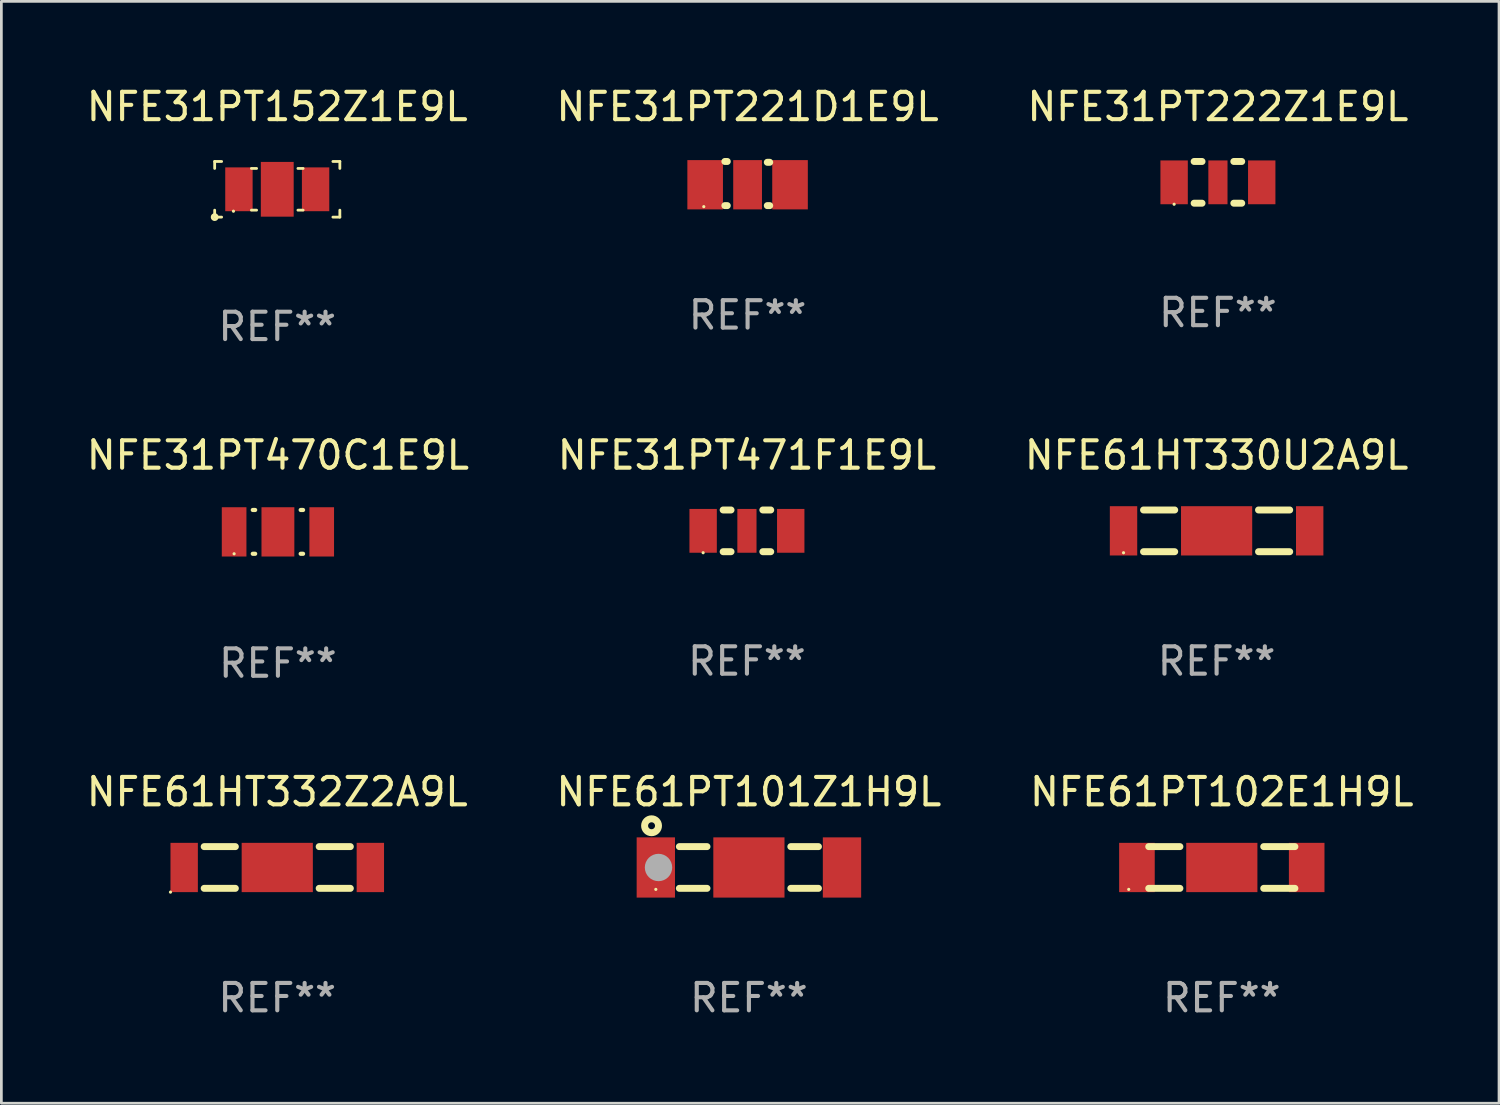
<source format=kicad_pcb>
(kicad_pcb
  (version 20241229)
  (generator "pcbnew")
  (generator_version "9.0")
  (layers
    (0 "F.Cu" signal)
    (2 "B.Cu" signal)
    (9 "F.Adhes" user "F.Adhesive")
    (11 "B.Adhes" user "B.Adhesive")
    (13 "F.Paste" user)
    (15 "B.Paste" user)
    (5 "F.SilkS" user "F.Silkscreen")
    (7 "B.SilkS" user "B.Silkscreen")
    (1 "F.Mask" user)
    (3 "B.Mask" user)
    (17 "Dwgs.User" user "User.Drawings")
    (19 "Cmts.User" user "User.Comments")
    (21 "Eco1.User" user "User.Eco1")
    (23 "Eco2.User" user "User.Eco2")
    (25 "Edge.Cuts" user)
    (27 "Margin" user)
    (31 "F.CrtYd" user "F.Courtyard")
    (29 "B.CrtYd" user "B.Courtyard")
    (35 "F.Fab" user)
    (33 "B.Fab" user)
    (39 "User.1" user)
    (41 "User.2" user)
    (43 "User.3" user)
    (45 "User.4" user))
  (footprint "NFE61HT332Z2A9L"
    (layer "F.Cu")
    (at 7.077 28.635)
    (property "Reference" "NFE61HT332Z2A9L" (at 0 -2.762 0) (layer "F.SilkS") (effects (font (size 1 1) (thickness 0.15))))
    (attr through_hole)
    (fp_line (start -2.669 -0.762) (end -1.531 -0.762) (stroke (width 0.254) (type solid)) (layer "F.SilkS"))
    (fp_line (start -1.531 0.762) (end -2.669 0.762) (stroke (width 0.254) (type solid)) (layer "F.SilkS"))
    (fp_line (start 1.531 -0.762) (end 2.669 -0.762) (stroke (width 0.254) (type solid)) (layer "F.SilkS"))
    (fp_line (start 1.531 0.762) (end 2.669 0.762) (stroke (width 0.254) (type solid)) (layer "F.SilkS"))
    (fp_circle (center -3.9 0.9) (end -3.87 0.9) (stroke (width 0.06) (type solid)) (fill no) (layer "F.SilkS"))
    (fp_text user "REF**" (at 0 4.762 0) (layer "F.Fab") (effects (font (size 1 1) (thickness 0.15))))
    (pad "1" smd rect (at -3.4 0) (size 1 1.8) (layers "F.Cu" "F.Mask" "F.Paste"))
    (pad "2" smd rect (at 0 0 90) (size 1.8 2.6) (layers "F.Cu" "F.Mask" "F.Paste"))
    (pad "3" smd rect (at 3.4 0) (size 1 1.8) (layers "F.Cu" "F.Mask" "F.Paste")))
  (footprint "NFE31PT222Z1E9L"
    (layer "F.Cu")
    (at 41.435 3.61)
    (property "Reference" "NFE31PT222Z1E9L" (at 0 -2.762 0) (layer "F.SilkS") (effects (font (size 1 1) (thickness 0.15))))
    (attr through_hole)
    (fp_line (start -0.869 -0.762) (end -0.581 -0.762) (stroke (width 0.254) (type solid)) (layer "F.SilkS"))
    (fp_line (start -0.869 0.762) (end -0.581 0.762) (stroke (width 0.254) (type solid)) (layer "F.SilkS"))
    (fp_line (start 0.581 -0.762) (end 0.869 -0.762) (stroke (width 0.254) (type solid)) (layer "F.SilkS"))
    (fp_line (start 0.581 0.762) (end 0.869 0.762) (stroke (width 0.254) (type solid)) (layer "F.SilkS"))
    (fp_circle (center -1.6 0.8) (end -1.57 0.8) (stroke (width 0.06) (type solid)) (fill no) (layer "F.SilkS"))
    (fp_text user "REF**" (at 0 4.762 0) (layer "F.Fab") (effects (font (size 1 1) (thickness 0.15))))
    (pad "1" smd rect (at -1.6 0) (size 1 1.6) (layers "F.Cu" "F.Mask" "F.Paste"))
    (pad "2" smd rect (at -0.000127 0) (size 0.7 1.6) (layers "F.Cu" "F.Mask" "F.Paste"))
    (pad "3" smd rect (at 1.6 0) (size 1 1.6) (layers "F.Cu" "F.Mask" "F.Paste")))
  (footprint "NFE61PT101Z1H9L"
    (layer "F.Cu")
    (at 24.304 28.635)
    (property "Reference" "NFE61PT101Z1H9L" (at 0 -2.762 0) (layer "F.SilkS") (effects (font (size 1 1) (thickness 0.15))))
    (attr through_hole)
    (fp_line (start -2.54 -0.762) (end -1.531 -0.762) (stroke (width 0.254) (type solid)) (layer "F.SilkS"))
    (fp_line (start -1.531 0.762) (end -2.54 0.762) (stroke (width 0.254) (type solid)) (layer "F.SilkS"))
    (fp_line (start 1.531 -0.762) (end 2.54 -0.762) (stroke (width 0.254) (type solid)) (layer "F.SilkS"))
    (fp_line (start 2.54 0.762) (end 1.531 0.762) (stroke (width 0.254) (type solid)) (layer "F.SilkS"))
    (fp_circle (center -3.556 -1.524) (end -3.302 -1.524) (stroke (width 0.254) (type solid)) (fill no) (layer "F.SilkS"))
    (fp_circle (center -3.4 0.8) (end -3.37 0.8) (stroke (width 0.06) (type solid)) (fill no) (layer "F.SilkS"))
    (fp_circle (center -3.302 0) (end -3.052 0) (stroke (width 0.5) (type solid)) (fill no) (layer "F.Fab"))
    (fp_text user "REF**" (at 0 4.762 0) (layer "F.Fab") (effects (font (size 1 1) (thickness 0.15))))
    (pad "1" smd rect (at -3.4 0) (size 1.4 2.2) (layers "F.Cu" "F.Mask" "F.Paste"))
    (pad "2" smd rect (at 0 0 90) (size 2.2 2.6) (layers "F.Cu" "F.Mask" "F.Paste"))
    (pad "3" smd rect (at 3.4 0) (size 1.4 2.2) (layers "F.Cu" "F.Mask" "F.Paste")))
  (footprint "NFE61HT330U2A9L"
    (layer "F.Cu")
    (at 41.387 16.339)
    (property "Reference" "NFE61HT330U2A9L" (at 0 -2.762 0) (layer "F.SilkS") (effects (font (size 1 1) (thickness 0.15))))
    (attr through_hole)
    (fp_line (start -2.669 -0.762) (end -1.531 -0.762) (stroke (width 0.254) (type solid)) (layer "F.SilkS"))
    (fp_line (start -1.531 0.762) (end -2.669 0.762) (stroke (width 0.254) (type solid)) (layer "F.SilkS"))
    (fp_line (start 1.531 -0.762) (end 2.669 -0.762) (stroke (width 0.254) (type solid)) (layer "F.SilkS"))
    (fp_line (start 1.531 0.762) (end 2.669 0.762) (stroke (width 0.254) (type solid)) (layer "F.SilkS"))
    (fp_circle (center -3.4 0.8) (end -3.37 0.8) (stroke (width 0.06) (type solid)) (fill no) (layer "F.SilkS"))
    (fp_text user "REF**" (at 0 4.762 0) (layer "F.Fab") (effects (font (size 1 1) (thickness 0.15))))
    (pad "1" smd rect (at -3.4 0) (size 1 1.8) (layers "F.Cu" "F.Mask" "F.Paste"))
    (pad "2" smd rect (at 0 0 90) (size 1.8 2.6) (layers "F.Cu" "F.Mask" "F.Paste"))
    (pad "3" smd rect (at 3.4 0) (size 1 1.8) (layers "F.Cu" "F.Mask" "F.Paste")))
  (footprint "NFE31PT471F1E9L"
    (layer "F.Cu")
    (at 24.232 16.339)
    (property "Reference" "NFE31PT471F1E9L" (at 0 -2.762 0) (layer "F.SilkS") (effects (font (size 1 1) (thickness 0.15))))
    (attr through_hole)
    (fp_line (start -0.869 -0.762) (end -0.581 -0.762) (stroke (width 0.254) (type solid)) (layer "F.SilkS"))
    (fp_line (start -0.869 0.762) (end -0.581 0.762) (stroke (width 0.254) (type solid)) (layer "F.SilkS"))
    (fp_line (start 0.581 -0.762) (end 0.869 -0.762) (stroke (width 0.254) (type solid)) (layer "F.SilkS"))
    (fp_line (start 0.581 0.762) (end 0.869 0.762) (stroke (width 0.254) (type solid)) (layer "F.SilkS"))
    (fp_circle (center -1.6 0.8) (end -1.57 0.8) (stroke (width 0.06) (type solid)) (fill no) (layer "F.SilkS"))
    (fp_text user "REF**" (at 0 4.762 0) (layer "F.Fab") (effects (font (size 1 1) (thickness 0.15))))
    (pad "1" smd rect (at -1.6 0) (size 1 1.6) (layers "F.Cu" "F.Mask" "F.Paste"))
    (pad "2" smd rect (at -0.000127 0) (size 0.7 1.6) (layers "F.Cu" "F.Mask" "F.Paste"))
    (pad "3" smd rect (at 1.6 0) (size 1 1.6) (layers "F.Cu" "F.Mask" "F.Paste")))
  (footprint "NFE31PT221D1E9L"
    (layer "F.Cu")
    (at 24.256 3.654)
    (property "Reference" "NFE31PT221D1E9L" (at 0 -2.806 0) (layer "F.SilkS") (effects (font (size 1 1) (thickness 0.15))))
    (attr through_hole)
    (fp_line (start -0.83 -0.806) (end -0.742 -0.806) (stroke (width 0.254) (type solid)) (layer "F.SilkS"))
    (fp_line (start -0.83 0.806) (end -0.742 0.806) (stroke (width 0.254) (type solid)) (layer "F.SilkS"))
    (fp_line (start 0.72 -0.776) (end 0.808 -0.776) (stroke (width 0.254) (type solid)) (layer "F.SilkS"))
    (fp_line (start 0.72 0.806) (end 0.808 0.806) (stroke (width 0.254) (type solid)) (layer "F.SilkS"))
    (fp_circle (center -1.6 0.844) (end -1.57 0.844) (stroke (width 0.06) (type solid)) (fill no) (layer "F.SilkS"))
    (fp_text user "REF**" (at 0 4.806 0) (layer "F.Fab") (effects (font (size 1 1) (thickness 0.15))))
    (pad "1" smd rect (at -1.55 0.044) (size 1.3 1.8) (layers "F.Cu" "F.Mask" "F.Paste"))
    (pad "2" smd rect (at 0 0.044 90) (size 1.8 1.05) (layers "F.Cu" "F.Mask" "F.Paste"))
    (pad "3" smd rect (at 1.55 0.044) (size 1.3 1.8) (layers "F.Cu" "F.Mask" "F.Paste")))
  (footprint "NFE31PT470C1E9L"
    (layer "F.Cu")
    (at 7.101 16.377)
    (property "Reference" "NFE31PT470C1E9L" (at 0 -2.8 0) (layer "F.SilkS") (effects (font (size 1 1) (thickness 0.15))))
    (attr through_hole)
    (fp_line (start -0.919 -0.8) (end -0.831 -0.8) (stroke (width 0.152) (type solid)) (layer "F.SilkS"))
    (fp_line (start -0.919 0.8) (end -0.831 0.8) (stroke (width 0.152) (type solid)) (layer "F.SilkS"))
    (fp_line (start 0.831 -0.8) (end 0.919 -0.8) (stroke (width 0.152) (type solid)) (layer "F.SilkS"))
    (fp_line (start 0.831 0.8) (end 0.919 0.8) (stroke (width 0.152) (type solid)) (layer "F.SilkS"))
    (fp_circle (center -1.6 0.8) (end -1.57 0.8) (stroke (width 0.06) (type solid)) (fill no) (layer "F.SilkS"))
    (fp_text user "REF**" (at 0 4.8 0) (layer "F.Fab") (effects (font (size 1 1) (thickness 0.15))))
    (pad "1" smd rect (at -1.6 0) (size 0.9 1.8) (layers "F.Cu" "F.Mask" "F.Paste"))
    (pad "2" smd rect (at 0 0) (size 1.2 1.8) (layers "F.Cu" "F.Mask" "F.Paste"))
    (pad "3" smd rect (at 1.6 0) (size 0.9 1.8) (layers "F.Cu" "F.Mask" "F.Paste")))
  (footprint "NFE61PT102E1H9L"
    (layer "F.Cu")
    (at 41.577 28.635)
    (property "Reference" "NFE61PT102E1H9L" (at 0 -2.762 0) (layer "F.SilkS") (effects (font (size 1 1) (thickness 0.15))))
    (attr through_hole)
    (fp_line (start -2.669 -0.762) (end -1.531 -0.762) (stroke (width 0.254) (type solid)) (layer "F.SilkS"))
    (fp_line (start -1.531 0.762) (end -2.669 0.762) (stroke (width 0.254) (type solid)) (layer "F.SilkS"))
    (fp_line (start 1.531 -0.762) (end 2.669 -0.762) (stroke (width 0.254) (type solid)) (layer "F.SilkS"))
    (fp_line (start 1.531 0.762) (end 2.669 0.762) (stroke (width 0.254) (type solid)) (layer "F.SilkS"))
    (fp_circle (center -3.4 0.8) (end -3.37 0.8) (stroke (width 0.06) (type solid)) (fill no) (layer "F.SilkS"))
    (fp_text user "REF**" (at 0 4.762 0) (layer "F.Fab") (effects (font (size 1 1) (thickness 0.15))))
    (pad "1" smd rect (at -3.1 0) (size 1.3 1.8) (layers "F.Cu" "F.Mask" "F.Paste"))
    (pad "2" smd rect (at 0 0 90) (size 1.8 2.6) (layers "F.Cu" "F.Mask" "F.Paste"))
    (pad "3" smd rect (at 3.1 0) (size 1.3 1.8) (layers "F.Cu" "F.Mask" "F.Paste")))
  (footprint "NFE31PT152Z1E9L"
    (layer "F.Cu")
    (at 7.077 3.864)
    (property "Reference" "NFE31PT152Z1E9L" (at 0 -3.016 0) (layer "F.SilkS") (effects (font (size 1 1) (thickness 0.15))))
    (attr through_hole)
    (fp_line (start -2.286 -1.016) (end -2.032 -1.016) (stroke (width 0.102) (type solid)) (layer "F.SilkS"))
    (fp_line (start -2.286 -0.762) (end -2.286 -1.016) (stroke (width 0.102) (type solid)) (layer "F.SilkS"))
    (fp_line (start -2.286 0.762) (end -2.286 1.016) (stroke (width 0.102) (type solid)) (layer "F.SilkS"))
    (fp_line (start -2.286 1.016) (end -2.032 1.016) (stroke (width 0.102) (type solid)) (layer "F.SilkS"))
    (fp_line (start -0.945 -0.762) (end -0.755 -0.762) (stroke (width 0.102) (type solid)) (layer "F.SilkS"))
    (fp_line (start -0.945 0.762) (end -0.755 0.762) (stroke (width 0.102) (type solid)) (layer "F.SilkS"))
    (fp_line (start 0.755 -0.762) (end 0.945 -0.762) (stroke (width 0.102) (type solid)) (layer "F.SilkS"))
    (fp_line (start 0.755 0.762) (end 0.945 0.762) (stroke (width 0.102) (type solid)) (layer "F.SilkS"))
    (fp_line (start 2.032 -1.016) (end 2.286 -1.016) (stroke (width 0.102) (type solid)) (layer "F.SilkS"))
    (fp_line (start 2.032 1.016) (end 2.286 1.016) (stroke (width 0.102) (type solid)) (layer "F.SilkS"))
    (fp_line (start 2.286 -1.016) (end 2.286 -0.762) (stroke (width 0.102) (type solid)) (layer "F.SilkS"))
    (fp_line (start 2.286 1.016) (end 2.286 0.762) (stroke (width 0.102) (type solid)) (layer "F.SilkS"))
    (fp_circle (center -2.286 1.016) (end -2.194 1.016) (stroke (width 0.102) (type solid)) (fill no) (layer "F.SilkS"))
    (fp_circle (center -1.6 0.8) (end -1.57 0.8) (stroke (width 0.06) (type solid)) (fill no) (layer "F.SilkS"))
    (fp_text user "REF**" (at 0 5.016 0) (layer "F.Fab") (effects (font (size 1 1) (thickness 0.15))))
    (pad "1" smd rect (at -1.4 0.000127) (size 1 1.6) (layers "F.Cu" "F.Mask" "F.Paste"))
    (pad "2" smd rect (at -0.000127 -0.000127) (size 1.2 2) (layers "F.Cu" "F.Mask" "F.Paste"))
    (pad "3" smd rect (at 1.4 0.000127) (size 1 1.6) (layers "F.Cu" "F.Mask" "F.Paste")))
  (gr_rect
    (start -3 -3)
    (end 51.702 37.246)
    (stroke (width 0.1) (type default))
    (fill no)
    (layer "Edge.Cuts")))
</source>
